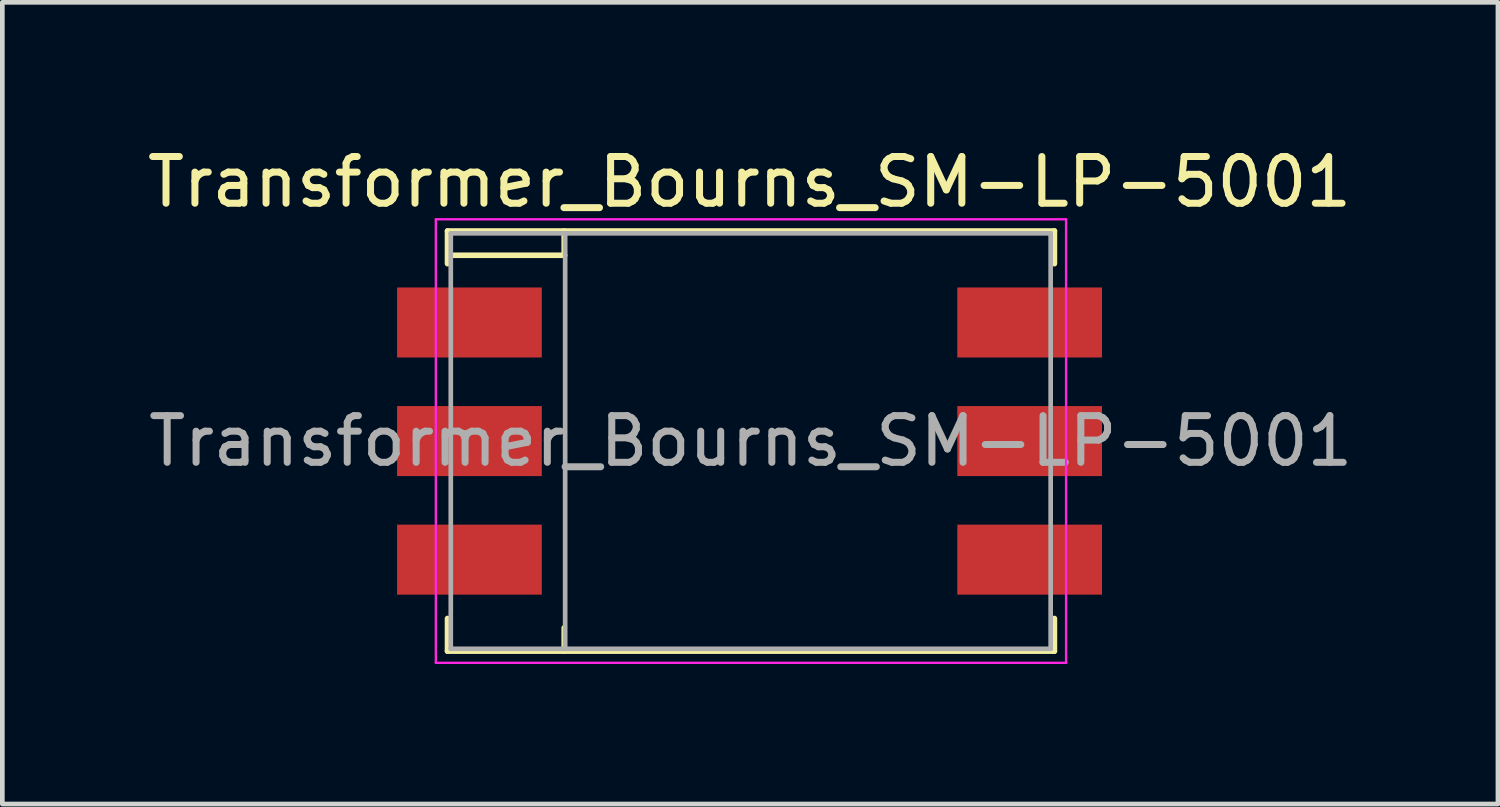
<source format=kicad_pcb>
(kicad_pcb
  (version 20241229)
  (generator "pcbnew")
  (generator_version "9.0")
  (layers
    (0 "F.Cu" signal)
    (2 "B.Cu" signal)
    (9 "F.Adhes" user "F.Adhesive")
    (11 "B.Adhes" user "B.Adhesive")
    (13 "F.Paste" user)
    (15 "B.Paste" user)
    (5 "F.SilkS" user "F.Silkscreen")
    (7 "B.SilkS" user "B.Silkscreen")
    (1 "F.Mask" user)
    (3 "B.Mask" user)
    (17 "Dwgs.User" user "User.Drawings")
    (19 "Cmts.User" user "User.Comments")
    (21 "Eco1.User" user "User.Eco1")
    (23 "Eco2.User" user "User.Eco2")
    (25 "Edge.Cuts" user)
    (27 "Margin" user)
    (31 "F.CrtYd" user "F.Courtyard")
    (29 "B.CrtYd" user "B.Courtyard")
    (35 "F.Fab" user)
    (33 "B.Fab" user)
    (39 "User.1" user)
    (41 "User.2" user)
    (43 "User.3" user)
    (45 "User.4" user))
  (footprint "Transformer_Bourns_SM-LP-5001"
    (layer "F.Cu")
    (at 13.006 6.398)
    (property "Reference" "Transformer_Bourns_SM-LP-5001" (at 0 -5.55 0) (layer "F.SilkS") (effects (font (size 1 1) (thickness 0.15))))
    (attr smd)
    (fp_line (start -6.47 -4.5) (end -6.47 -3.8) (stroke (width 0.12) (type solid)) (layer "F.SilkS"))
    (fp_line (start -6.47 3.8) (end -6.47 4.5) (stroke (width 0.12) (type solid)) (layer "F.SilkS"))
    (fp_line (start -6.47 4.5) (end 6.53 4.5) (stroke (width 0.12) (type solid)) (layer "F.SilkS"))
    (fp_line (start -3.97 -4.5) (end -3.97 -4) (stroke (width 0.12) (type solid)) (layer "F.SilkS"))
    (fp_line (start -3.97 4.5) (end -3.97 4) (stroke (width 0.12) (type solid)) (layer "F.SilkS"))
    (fp_line (start -3.96 -3.98) (end -6.39 -3.98) (stroke (width 0.12) (type solid)) (layer "F.SilkS"))
    (fp_line (start 6.53 -4.5) (end -6.47 -4.5) (stroke (width 0.12) (type solid)) (layer "F.SilkS"))
    (fp_line (start 6.53 -4.5) (end 6.53 -3.8) (stroke (width 0.12) (type solid)) (layer "F.SilkS"))
    (fp_line (start 6.53 3.8) (end 6.53 4.5) (stroke (width 0.12) (type solid)) (layer "F.SilkS"))
    (fp_line (start -6.72 -4.75) (end -6.72 4.75) (stroke (width 0.05) (type solid)) (layer "F.CrtYd"))
    (fp_line (start -6.72 -4.75) (end 6.78 -4.75) (stroke (width 0.05) (type solid)) (layer "F.CrtYd"))
    (fp_line (start 6.78 4.75) (end -6.72 4.75) (stroke (width 0.05) (type solid)) (layer "F.CrtYd"))
    (fp_line (start 6.78 4.75) (end 6.78 -4.75) (stroke (width 0.05) (type solid)) (layer "F.CrtYd"))
    (fp_line (start -6.4 -4.45) (end -6.4 4.45) (stroke (width 0.1) (type solid)) (layer "F.Fab"))
    (fp_line (start -6.4 4.45) (end 6.45 4.45) (stroke (width 0.1) (type solid)) (layer "F.Fab"))
    (fp_line (start -3.95 -4.45) (end -3.95 4.45) (stroke (width 0.1) (type solid)) (layer "F.Fab"))
    (fp_line (start 6.45 -4.45) (end -6.4 -4.45) (stroke (width 0.1) (type solid)) (layer "F.Fab"))
    (fp_line (start 6.45 4.45) (end 6.45 -4.45) (stroke (width 0.1) (type solid)) (layer "F.Fab"))
    (fp_text user "${REFERENCE}" (at 0.025 0 0) (layer "F.Fab") (effects (font (size 1 1) (thickness 0.15))))
    (pad "1" smd rect (at -6 -2.54) (size 3.1 1.5) (layers "F.Cu" "F.Mask" "F.Paste"))
    (pad "2" smd rect (at -6 0) (size 3.1 1.5) (layers "F.Cu" "F.Mask" "F.Paste"))
    (pad "3" smd rect (at -6 2.54) (size 3.1 1.5) (layers "F.Cu" "F.Mask" "F.Paste"))
    (pad "4" smd rect (at 6 2.54) (size 3.1 1.5) (layers "F.Cu" "F.Mask" "F.Paste"))
    (pad "5" smd rect (at 6 0) (size 3.1 1.5) (layers "F.Cu" "F.Mask" "F.Paste"))
    (pad "6" smd rect (at 6 -2.54) (size 3.1 1.5) (layers "F.Cu" "F.Mask" "F.Paste")))
  (gr_rect
    (start -3 -3)
    (end 29.037 14.173)
    (stroke (width 0.1) (type default))
    (fill no)
    (layer "Edge.Cuts")))
</source>
